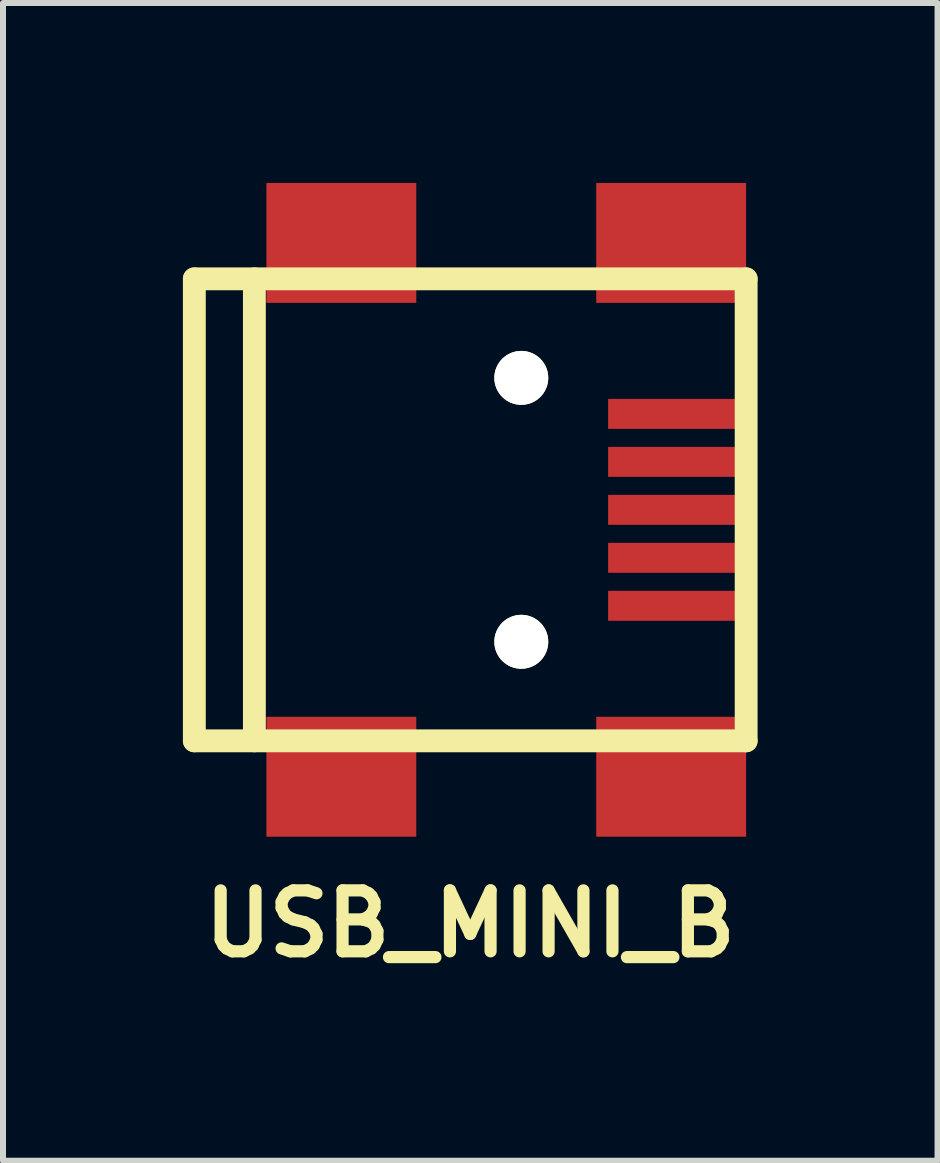
<source format=kicad_pcb>
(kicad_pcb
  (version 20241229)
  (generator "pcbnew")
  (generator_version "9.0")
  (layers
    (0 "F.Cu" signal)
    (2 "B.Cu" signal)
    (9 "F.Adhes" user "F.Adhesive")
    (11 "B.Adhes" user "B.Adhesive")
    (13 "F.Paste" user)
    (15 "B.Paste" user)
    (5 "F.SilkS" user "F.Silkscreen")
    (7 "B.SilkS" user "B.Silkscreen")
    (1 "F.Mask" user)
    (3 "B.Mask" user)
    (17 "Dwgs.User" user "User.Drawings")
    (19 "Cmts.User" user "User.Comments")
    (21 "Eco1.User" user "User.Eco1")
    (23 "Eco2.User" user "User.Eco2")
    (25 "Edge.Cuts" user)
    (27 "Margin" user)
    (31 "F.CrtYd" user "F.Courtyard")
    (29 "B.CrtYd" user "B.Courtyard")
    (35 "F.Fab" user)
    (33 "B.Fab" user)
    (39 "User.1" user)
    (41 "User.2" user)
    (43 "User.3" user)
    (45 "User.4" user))
  (footprint "USB_MINI_B"
    (layer "F.Cu")
    (at 4.79 5.45)
    (property "Reference" "USB_MINI_B" (at 0 6.901 0) (layer "F.SilkS") (effects (font (size 1.016 1.016) (thickness 0.203))))
    (attr through_hole)
    (fp_line (start -4.6 -3.851) (end -4.6 3.851) (stroke (width 0.381) (type solid)) (layer "F.SilkS"))
    (fp_line (start -4.6 3.851) (end 4.6 3.851) (stroke (width 0.381) (type solid)) (layer "F.SilkS"))
    (fp_line (start -3.599 -3.851) (end -3.599 3.851) (stroke (width 0.381) (type solid)) (layer "F.SilkS"))
    (fp_line (start 4.6 -3.851) (end -4.6 -3.851) (stroke (width 0.381) (type solid)) (layer "F.SilkS"))
    (fp_line (start 4.6 3.851) (end 4.6 -3.851) (stroke (width 0.381) (type solid)) (layer "F.SilkS"))
    (pad "" np_thru_hole circle (at 0.851 -2.2) (size 0.899 0.899) (drill 0.899) (layers "*.Cu" "*.Mask" "F.SilkS"))
    (pad "" np_thru_hole circle (at 0.851 2.2) (size 0.899 0.899) (drill 0.899) (layers "*.Cu" "*.Mask" "F.SilkS"))
    (pad "1" smd rect (at 3.449 -1.6) (size 2.301 0.5) (layers "F.Cu" "F.Mask" "F.Paste"))
    (pad "2" smd rect (at 3.449 -0.8) (size 2.301 0.5) (layers "F.Cu" "F.Mask" "F.Paste"))
    (pad "3" smd rect (at 3.449 0) (size 2.301 0.5) (layers "F.Cu" "F.Mask" "F.Paste"))
    (pad "4" smd rect (at 3.449 0.8) (size 2.301 0.5) (layers "F.Cu" "F.Mask" "F.Paste"))
    (pad "5" smd rect (at 3.449 1.6) (size 2.301 0.5) (layers "F.Cu" "F.Mask" "F.Paste"))
    (pad "6" smd rect (at 3.35 -4.45) (size 2.499 1.999) (layers "F.Cu" "F.Mask" "F.Paste"))
    (pad "7" smd rect (at -2.149 -4.45) (size 2.499 1.999) (layers "F.Cu" "F.Mask" "F.Paste"))
    (pad "8" smd rect (at 3.35 4.45) (size 2.499 1.999) (layers "F.Cu" "F.Mask" "F.Paste"))
    (pad "9" smd rect (at -2.149 4.45) (size 2.499 1.999) (layers "F.Cu" "F.Mask" "F.Paste")))
  (gr_rect
    (start -3 -3)
    (end 12.581 16.302)
    (stroke (width 0.1) (type default))
    (fill no)
    (layer "Edge.Cuts")))
</source>
